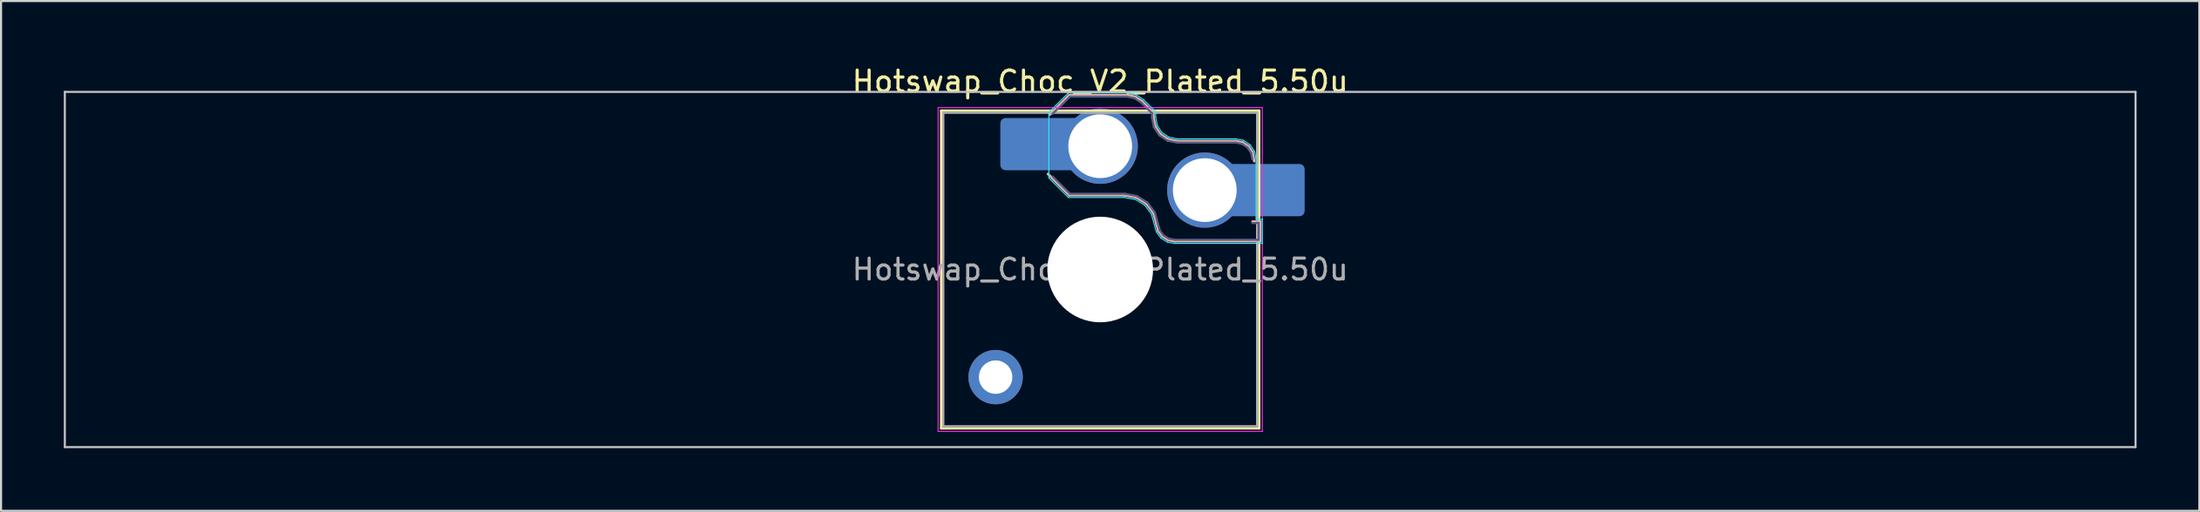
<source format=kicad_pcb>
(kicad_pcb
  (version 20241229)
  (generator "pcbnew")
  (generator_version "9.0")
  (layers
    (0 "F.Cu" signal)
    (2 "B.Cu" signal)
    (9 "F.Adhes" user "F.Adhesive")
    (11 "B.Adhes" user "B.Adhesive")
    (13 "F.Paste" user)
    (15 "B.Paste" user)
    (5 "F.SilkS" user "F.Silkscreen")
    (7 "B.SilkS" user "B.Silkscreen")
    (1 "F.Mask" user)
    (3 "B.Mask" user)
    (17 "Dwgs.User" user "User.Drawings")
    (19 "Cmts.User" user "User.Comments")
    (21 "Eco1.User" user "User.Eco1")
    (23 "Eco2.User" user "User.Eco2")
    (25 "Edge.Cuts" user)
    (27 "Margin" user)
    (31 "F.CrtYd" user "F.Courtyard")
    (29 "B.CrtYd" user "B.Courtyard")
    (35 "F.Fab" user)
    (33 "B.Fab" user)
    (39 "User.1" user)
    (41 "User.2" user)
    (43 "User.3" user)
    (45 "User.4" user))
  (footprint "Hotswap_Choc_V2_Plated_5.50u"
    (layer "F.Cu")
    (at 49.55 9.848)
    (property "Reference" "Hotswap_Choc_V2_Plated_5.50u" (at 0 -9 0) (layer "F.SilkS") (effects (font (size 1 1) (thickness 0.15))))
    (attr smd allow_soldermask_bridges)
    (fp_line (start -7.6 -7.6) (end -7.6 7.6) (stroke (width 0.12) (type solid)) (layer "F.SilkS"))
    (fp_line (start -7.6 7.6) (end 7.6 7.6) (stroke (width 0.12) (type solid)) (layer "F.SilkS"))
    (fp_line (start 7.6 -7.6) (end -7.6 -7.6) (stroke (width 0.12) (type solid)) (layer "F.SilkS"))
    (fp_line (start 7.6 7.6) (end 7.6 -7.6) (stroke (width 0.12) (type solid)) (layer "F.SilkS"))
    (fp_line (start -2.416 -7.409) (end -1.479 -8.346) (stroke (width 0.12) (type solid)) (layer "B.SilkS"))
    (fp_line (start -1.479 -8.346) (end 1.268 -8.346) (stroke (width 0.12) (type solid)) (layer "B.SilkS"))
    (fp_line (start -1.479 -3.554) (end -2.5 -4.575) (stroke (width 0.12) (type solid)) (layer "B.SilkS"))
    (fp_line (start 1.168 -3.554) (end -1.479 -3.554) (stroke (width 0.12) (type solid)) (layer "B.SilkS"))
    (fp_line (start 1.268 -8.346) (end 1.671 -8.266) (stroke (width 0.12) (type solid)) (layer "B.SilkS"))
    (fp_line (start 1.671 -8.266) (end 2.013 -8.037) (stroke (width 0.12) (type solid)) (layer "B.SilkS"))
    (fp_line (start 1.73 -3.449) (end 1.168 -3.554) (stroke (width 0.12) (type solid)) (layer "B.SilkS"))
    (fp_line (start 2.013 -8.037) (end 2.546 -7.504) (stroke (width 0.12) (type solid)) (layer "B.SilkS"))
    (fp_line (start 2.209 -3.15) (end 1.73 -3.449) (stroke (width 0.12) (type solid)) (layer "B.SilkS"))
    (fp_line (start 2.546 -7.504) (end 2.546 -7.282) (stroke (width 0.12) (type solid)) (layer "B.SilkS"))
    (fp_line (start 2.546 -7.282) (end 2.633 -6.844) (stroke (width 0.12) (type solid)) (layer "B.SilkS"))
    (fp_line (start 2.547 -2.697) (end 2.209 -3.15) (stroke (width 0.12) (type solid)) (layer "B.SilkS"))
    (fp_line (start 2.633 -6.844) (end 2.877 -6.477) (stroke (width 0.12) (type solid)) (layer "B.SilkS"))
    (fp_line (start 2.701 -2.139) (end 2.547 -2.697) (stroke (width 0.12) (type solid)) (layer "B.SilkS"))
    (fp_line (start 2.783 -1.841) (end 2.701 -2.139) (stroke (width 0.12) (type solid)) (layer "B.SilkS"))
    (fp_line (start 2.877 -6.477) (end 3.244 -6.233) (stroke (width 0.12) (type solid)) (layer "B.SilkS"))
    (fp_line (start 2.976 -1.583) (end 2.783 -1.841) (stroke (width 0.12) (type solid)) (layer "B.SilkS"))
    (fp_line (start 3.244 -6.233) (end 3.682 -6.146) (stroke (width 0.12) (type solid)) (layer "B.SilkS"))
    (fp_line (start 3.25 -1.413) (end 2.976 -1.583) (stroke (width 0.12) (type solid)) (layer "B.SilkS"))
    (fp_line (start 3.56 -1.354) (end 3.25 -1.413) (stroke (width 0.12) (type solid)) (layer "B.SilkS"))
    (fp_line (start 3.682 -6.146) (end 6.482 -6.146) (stroke (width 0.12) (type solid)) (layer "B.SilkS"))
    (fp_line (start 6.482 -6.146) (end 6.809 -6.081) (stroke (width 0.12) (type solid)) (layer "B.SilkS"))
    (fp_line (start 6.809 -6.081) (end 7.092 -5.892) (stroke (width 0.12) (type solid)) (layer "B.SilkS"))
    (fp_line (start 7.092 -5.892) (end 7.281 -5.609) (stroke (width 0.12) (type solid)) (layer "B.SilkS"))
    (fp_line (start 7.281 -5.609) (end 7.366 -5.182) (stroke (width 0.12) (type solid)) (layer "B.SilkS"))
    (fp_line (start 7.283 -2.296) (end 7.646 -2.296) (stroke (width 0.12) (type solid)) (layer "B.SilkS"))
    (fp_line (start 7.646 -2.296) (end 7.646 -1.354) (stroke (width 0.12) (type solid)) (layer "B.SilkS"))
    (fp_line (start 7.646 -1.354) (end 3.56 -1.354) (stroke (width 0.12) (type solid)) (layer "B.SilkS"))
    (fp_line (start -49.5 -8.5) (end -49.5 8.5) (stroke (width 0.1) (type solid)) (layer "Dwgs.User"))
    (fp_line (start -49.5 8.5) (end 49.5 8.5) (stroke (width 0.1) (type solid)) (layer "Dwgs.User"))
    (fp_line (start 49.5 -8.5) (end -49.5 -8.5) (stroke (width 0.1) (type solid)) (layer "Dwgs.User"))
    (fp_line (start 49.5 8.5) (end 49.5 -8.5) (stroke (width 0.1) (type solid)) (layer "Dwgs.User"))
    (fp_line (start -7.25 -7.25) (end -7.25 7.25) (stroke (width 0.1) (type solid)) (layer "Eco1.User"))
    (fp_line (start -7.25 7.25) (end 7.25 7.25) (stroke (width 0.1) (type solid)) (layer "Eco1.User"))
    (fp_line (start 7.25 -7.25) (end -7.25 -7.25) (stroke (width 0.1) (type solid)) (layer "Eco1.User"))
    (fp_line (start 7.25 7.25) (end 7.25 -7.25) (stroke (width 0.1) (type solid)) (layer "Eco1.User"))
    (fp_line (start -2.452 -7.523) (end -1.523 -8.452) (stroke (width 0.05) (type solid)) (layer "B.CrtYd"))
    (fp_line (start -2.452 -4.377) (end -2.452 -7.523) (stroke (width 0.05) (type solid)) (layer "B.CrtYd"))
    (fp_line (start -1.523 -8.452) (end 1.278 -8.452) (stroke (width 0.05) (type solid)) (layer "B.CrtYd"))
    (fp_line (start -1.523 -3.448) (end -2.452 -4.377) (stroke (width 0.05) (type solid)) (layer "B.CrtYd"))
    (fp_line (start 1.159 -3.448) (end -1.523 -3.448) (stroke (width 0.05) (type solid)) (layer "B.CrtYd"))
    (fp_line (start 1.278 -8.452) (end 1.712 -8.366) (stroke (width 0.05) (type solid)) (layer "B.CrtYd"))
    (fp_line (start 1.691 -3.348) (end 1.159 -3.448) (stroke (width 0.05) (type solid)) (layer "B.CrtYd"))
    (fp_line (start 1.712 -8.366) (end 2.081 -8.119) (stroke (width 0.05) (type solid)) (layer "B.CrtYd"))
    (fp_line (start 2.081 -8.119) (end 2.652 -7.548) (stroke (width 0.05) (type solid)) (layer "B.CrtYd"))
    (fp_line (start 2.136 -3.071) (end 1.691 -3.348) (stroke (width 0.05) (type solid)) (layer "B.CrtYd"))
    (fp_line (start 2.45 -2.65) (end 2.136 -3.071) (stroke (width 0.05) (type solid)) (layer "B.CrtYd"))
    (fp_line (start 2.599 -2.111) (end 2.45 -2.65) (stroke (width 0.05) (type solid)) (layer "B.CrtYd"))
    (fp_line (start 2.652 -7.548) (end 2.652 -7.292) (stroke (width 0.05) (type solid)) (layer "B.CrtYd"))
    (fp_line (start 2.652 -7.292) (end 2.733 -6.885) (stroke (width 0.05) (type solid)) (layer "B.CrtYd"))
    (fp_line (start 2.687 -1.794) (end 2.599 -2.111) (stroke (width 0.05) (type solid)) (layer "B.CrtYd"))
    (fp_line (start 2.733 -6.885) (end 2.953 -6.553) (stroke (width 0.05) (type solid)) (layer "B.CrtYd"))
    (fp_line (start 2.903 -1.503) (end 2.687 -1.794) (stroke (width 0.05) (type solid)) (layer "B.CrtYd"))
    (fp_line (start 2.953 -6.553) (end 3.285 -6.333) (stroke (width 0.05) (type solid)) (layer "B.CrtYd"))
    (fp_line (start 3.211 -1.312) (end 2.903 -1.503) (stroke (width 0.05) (type solid)) (layer "B.CrtYd"))
    (fp_line (start 3.285 -6.333) (end 3.692 -6.252) (stroke (width 0.05) (type solid)) (layer "B.CrtYd"))
    (fp_line (start 3.55 -1.248) (end 3.211 -1.312) (stroke (width 0.05) (type solid)) (layer "B.CrtYd"))
    (fp_line (start 3.692 -6.252) (end 6.492 -6.252) (stroke (width 0.05) (type solid)) (layer "B.CrtYd"))
    (fp_line (start 6.492 -6.252) (end 6.85 -6.181) (stroke (width 0.05) (type solid)) (layer "B.CrtYd"))
    (fp_line (start 6.85 -6.181) (end 7.168 -5.968) (stroke (width 0.05) (type solid)) (layer "B.CrtYd"))
    (fp_line (start 7.168 -5.968) (end 7.381 -5.65) (stroke (width 0.05) (type solid)) (layer "B.CrtYd"))
    (fp_line (start 7.381 -5.65) (end 7.452 -5.292) (stroke (width 0.05) (type solid)) (layer "B.CrtYd"))
    (fp_line (start 7.452 -5.292) (end 7.452 -2.402) (stroke (width 0.05) (type solid)) (layer "B.CrtYd"))
    (fp_line (start 7.452 -2.402) (end 7.752 -2.402) (stroke (width 0.05) (type solid)) (layer "B.CrtYd"))
    (fp_line (start 7.752 -2.402) (end 7.752 -1.248) (stroke (width 0.05) (type solid)) (layer "B.CrtYd"))
    (fp_line (start 7.752 -1.248) (end 3.55 -1.248) (stroke (width 0.05) (type solid)) (layer "B.CrtYd"))
    (fp_line (start -7.75 -7.75) (end -7.75 7.75) (stroke (width 0.05) (type solid)) (layer "F.CrtYd"))
    (fp_line (start -7.75 7.75) (end 7.75 7.75) (stroke (width 0.05) (type solid)) (layer "F.CrtYd"))
    (fp_line (start 7.75 -7.75) (end -7.75 -7.75) (stroke (width 0.05) (type solid)) (layer "F.CrtYd"))
    (fp_line (start 7.75 7.75) (end 7.75 -7.75) (stroke (width 0.05) (type solid)) (layer "F.CrtYd"))
    (fp_line (start -2.275 -7.45) (end -1.45 -8.275) (stroke (width 0.1) (type solid)) (layer "B.Fab"))
    (fp_line (start -1.45 -8.275) (end 1.261 -8.275) (stroke (width 0.1) (type solid)) (layer "B.Fab"))
    (fp_line (start -1.45 -3.625) (end -2.275 -4.45) (stroke (width 0.1) (type solid)) (layer "B.Fab"))
    (fp_line (start 1.175 -3.625) (end -1.45 -3.625) (stroke (width 0.1) (type solid)) (layer "B.Fab"))
    (fp_line (start 1.261 -8.275) (end 1.643 -8.199) (stroke (width 0.1) (type solid)) (layer "B.Fab"))
    (fp_line (start 1.643 -8.199) (end 1.968 -7.982) (stroke (width 0.1) (type solid)) (layer "B.Fab"))
    (fp_line (start 1.756 -3.516) (end 1.175 -3.625) (stroke (width 0.1) (type solid)) (layer "B.Fab"))
    (fp_line (start 1.968 -7.982) (end 2.475 -7.475) (stroke (width 0.1) (type solid)) (layer "B.Fab"))
    (fp_line (start 2.258 -3.203) (end 1.756 -3.516) (stroke (width 0.1) (type solid)) (layer "B.Fab"))
    (fp_line (start 2.475 -7.475) (end 2.475 -7.275) (stroke (width 0.1) (type solid)) (layer "B.Fab"))
    (fp_line (start 2.475 -7.275) (end 2.566 -6.816) (stroke (width 0.1) (type solid)) (layer "B.Fab"))
    (fp_line (start 2.566 -6.816) (end 2.826 -6.426) (stroke (width 0.1) (type solid)) (layer "B.Fab"))
    (fp_line (start 2.612 -2.729) (end 2.258 -3.203) (stroke (width 0.1) (type solid)) (layer "B.Fab"))
    (fp_line (start 2.769 -2.158) (end 2.612 -2.729) (stroke (width 0.1) (type solid)) (layer "B.Fab"))
    (fp_line (start 2.826 -6.426) (end 3.216 -6.166) (stroke (width 0.1) (type solid)) (layer "B.Fab"))
    (fp_line (start 2.848 -1.873) (end 2.769 -2.158) (stroke (width 0.1) (type solid)) (layer "B.Fab"))
    (fp_line (start 3.025 -1.636) (end 2.848 -1.873) (stroke (width 0.1) (type solid)) (layer "B.Fab"))
    (fp_line (start 3.216 -6.166) (end 3.675 -6.075) (stroke (width 0.1) (type solid)) (layer "B.Fab"))
    (fp_line (start 3.276 -1.48) (end 3.025 -1.636) (stroke (width 0.1) (type solid)) (layer "B.Fab"))
    (fp_line (start 3.567 -1.425) (end 3.276 -1.48) (stroke (width 0.1) (type solid)) (layer "B.Fab"))
    (fp_line (start 3.675 -6.075) (end 6.475 -6.075) (stroke (width 0.1) (type solid)) (layer "B.Fab"))
    (fp_line (start 6.475 -6.075) (end 6.781 -6.014) (stroke (width 0.1) (type solid)) (layer "B.Fab"))
    (fp_line (start 6.781 -6.014) (end 7.041 -5.841) (stroke (width 0.1) (type solid)) (layer "B.Fab"))
    (fp_line (start 7.041 -5.841) (end 7.214 -5.581) (stroke (width 0.1) (type solid)) (layer "B.Fab"))
    (fp_line (start 7.214 -5.581) (end 7.275 -5.275) (stroke (width 0.1) (type solid)) (layer "B.Fab"))
    (fp_line (start 7.275 -2.225) (end 7.575 -2.225) (stroke (width 0.1) (type solid)) (layer "B.Fab"))
    (fp_line (start 7.575 -2.225) (end 7.575 -1.425) (stroke (width 0.1) (type solid)) (layer "B.Fab"))
    (fp_line (start 7.575 -1.425) (end 3.567 -1.425) (stroke (width 0.1) (type solid)) (layer "B.Fab"))
    (fp_line (start -7.5 -7.5) (end -7.5 7.5) (stroke (width 0.1) (type solid)) (layer "F.Fab"))
    (fp_line (start -7.5 7.5) (end 7.5 7.5) (stroke (width 0.1) (type solid)) (layer "F.Fab"))
    (fp_line (start 7.5 -7.5) (end -7.5 -7.5) (stroke (width 0.1) (type solid)) (layer "F.Fab"))
    (fp_line (start 7.5 7.5) (end 7.5 -7.5) (stroke (width 0.1) (type solid)) (layer "F.Fab"))
    (fp_text user "${REFERENCE}" (at 0 0 0) (layer "F.Fab") (effects (font (size 1 1) (thickness 0.15))))
    (pad "" thru_hole circle (at -5 5.15) (size 2.6 2.6) (drill 1.6) (layers "*.Cu" "*.Mask"))
    (pad "" smd roundrect (at -3.5 -6) (size 2.55 2.5) (layers "B.Mask" "B.Paste") (roundrect_rratio 0.1))
    (pad "" np_thru_hole circle (at 0 0) (size 5.05 5.05) (drill 5.05) (layers "*.Cu" "*.Mask"))
    (pad "" smd roundrect (at 8.5 -3.8) (size 2.55 2.5) (layers "B.Mask" "B.Paste") (roundrect_rratio 0.1))
    (pad "1" smd roundrect (at -2.85 -6) (size 3.85 2.5) (layers "B.Cu") (roundrect_rratio 0.1))
    (pad "1" thru_hole circle (at 0 -5.9) (size 3.6 3.6) (drill 3.05) (layers "*.Cu" "*.Mask"))
    (pad "2" thru_hole circle (at 5 -3.8) (size 3.6 3.6) (drill 3.05) (layers "*.Cu" "*.Mask"))
    (pad "2" smd roundrect (at 7.85 -3.8) (size 3.85 2.5) (layers "B.Cu") (roundrect_rratio 0.1)))
  (gr_rect
    (start -3 -3)
    (end 102.1 21.398)
    (stroke (width 0.1) (type default))
    (fill no)
    (layer "Edge.Cuts")))
</source>
